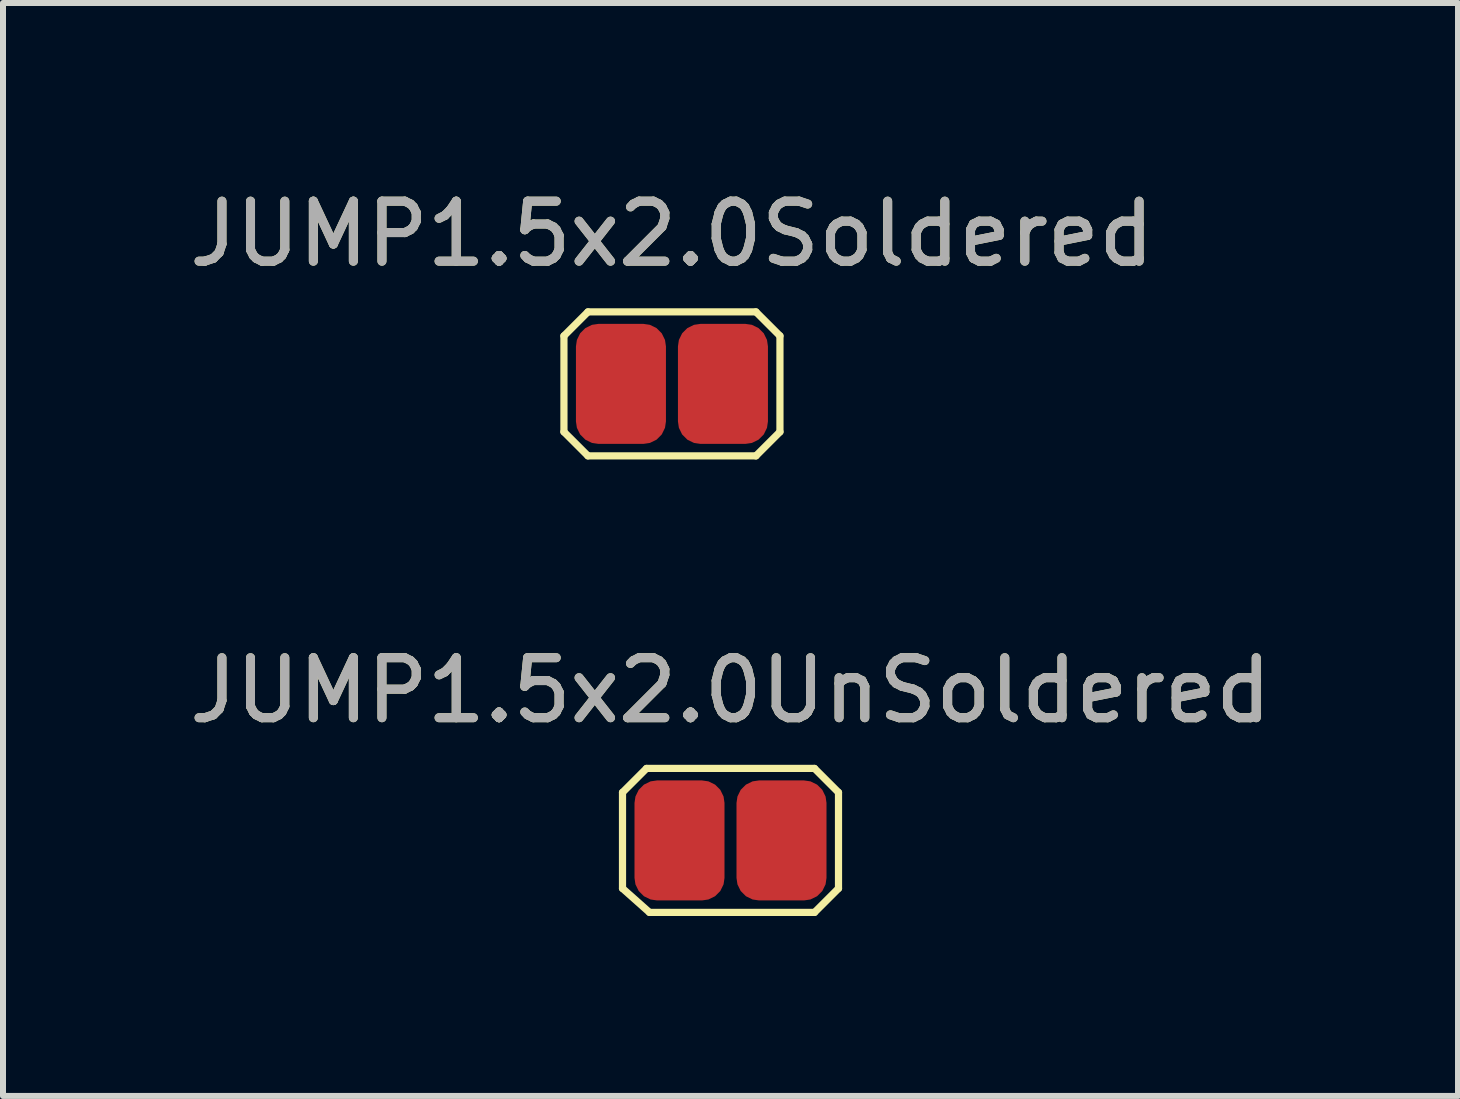
<source format=kicad_pcb>
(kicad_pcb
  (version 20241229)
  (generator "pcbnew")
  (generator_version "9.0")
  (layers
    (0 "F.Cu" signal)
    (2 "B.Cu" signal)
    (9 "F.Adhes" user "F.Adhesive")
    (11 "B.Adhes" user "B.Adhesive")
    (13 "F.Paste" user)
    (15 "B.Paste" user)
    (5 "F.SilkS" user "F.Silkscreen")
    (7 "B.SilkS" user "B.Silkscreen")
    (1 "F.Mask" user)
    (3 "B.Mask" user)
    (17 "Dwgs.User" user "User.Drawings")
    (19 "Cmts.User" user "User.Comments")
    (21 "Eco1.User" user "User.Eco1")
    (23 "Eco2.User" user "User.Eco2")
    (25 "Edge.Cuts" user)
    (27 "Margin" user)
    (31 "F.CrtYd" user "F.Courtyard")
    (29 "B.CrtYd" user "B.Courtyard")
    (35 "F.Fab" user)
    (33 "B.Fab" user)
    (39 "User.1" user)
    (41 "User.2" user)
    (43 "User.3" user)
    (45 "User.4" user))
  (footprint "JUMP1.5x2.0UnSoldered"
    (layer "F.Cu")
    (at 9.125 10.957)
    (property "Reference" "JUMP1.5x2.0UnSoldered" (at 0 -2.5 0) (unlocked yes) (layer "F.SilkS") (effects (font (size 1 1) (thickness 0.15))))
    (attr smd)
    (fp_line (start -1.8 -0.8) (end -1.4 -1.2) (stroke (width 0.12) (type solid)) (layer "F.SilkS"))
    (fp_line (start -1.8 0.8) (end -1.8 -0.8) (stroke (width 0.12) (type solid)) (layer "F.SilkS"))
    (fp_line (start -1.4 -1.2) (end 1.4 -1.2) (stroke (width 0.12) (type solid)) (layer "F.SilkS"))
    (fp_line (start -1.35 1.2) (end -1.8 0.8) (stroke (width 0.12) (type solid)) (layer "F.SilkS"))
    (fp_line (start 1.4 -1.2) (end 1.8 -0.8) (stroke (width 0.12) (type solid)) (layer "F.SilkS"))
    (fp_line (start 1.4 1.2) (end -1.35 1.2) (stroke (width 0.12) (type solid)) (layer "F.SilkS"))
    (fp_line (start 1.8 -0.8) (end 1.8 0.8) (stroke (width 0.12) (type solid)) (layer "F.SilkS"))
    (fp_line (start 1.8 0.8) (end 1.4 1.2) (stroke (width 0.12) (type solid)) (layer "F.SilkS"))
    (fp_text user "${REFERENCE}" (at 0 -2.5 0) (unlocked yes) (layer "F.Fab") (effects (font (size 1 1) (thickness 0.15))))
    (pad "1" smd roundrect (at -0.85 0) (size 1.5 2) (layers "F.Cu" "F.Mask") (roundrect_rratio 0.25))
    (pad "2" smd roundrect (at 0.85 0) (size 1.5 2) (layers "F.Cu" "F.Mask") (roundrect_rratio 0.25)))
  (footprint "JUMP1.5x2.0Soldered"
    (layer "F.Cu")
    (at 8.149 3.348)
    (property "Reference" "JUMP1.5x2.0Soldered" (at 0 -2.5 0) (unlocked yes) (layer "F.SilkS") (effects (font (size 1 1) (thickness 0.15))))
    (attr smd)
    (fp_line (start -1.8 -0.8) (end -1.4 -1.2) (stroke (width 0.12) (type solid)) (layer "F.SilkS"))
    (fp_line (start -1.8 0.8) (end -1.8 -0.8) (stroke (width 0.12) (type solid)) (layer "F.SilkS"))
    (fp_line (start -1.4 -1.2) (end 1.4 -1.2) (stroke (width 0.12) (type solid)) (layer "F.SilkS"))
    (fp_line (start -1.4 1.2) (end -1.8 0.8) (stroke (width 0.12) (type solid)) (layer "F.SilkS"))
    (fp_line (start 1.4 -1.2) (end 1.8 -0.8) (stroke (width 0.12) (type solid)) (layer "F.SilkS"))
    (fp_line (start 1.4 1.2) (end -1.4 1.2) (stroke (width 0.12) (type solid)) (layer "F.SilkS"))
    (fp_line (start 1.8 -0.8) (end 1.8 0.8) (stroke (width 0.12) (type solid)) (layer "F.SilkS"))
    (fp_line (start 1.8 0.8) (end 1.4 1.2) (stroke (width 0.12) (type solid)) (layer "F.SilkS"))
    (fp_text user "${REFERENCE}" (at 0 -2.5 0) (unlocked yes) (layer "F.Fab") (effects (font (size 1 1) (thickness 0.15))))
    (pad "1" smd roundrect (at -0.85 0) (size 1.5 2) (layers "F.Cu" "F.Mask" "F.Paste") (roundrect_rratio 0.25))
    (pad "2" smd roundrect (at 0.85 0) (size 1.5 2) (layers "F.Cu" "F.Mask" "F.Paste") (roundrect_rratio 0.25)))
  (gr_rect
    (start -3 -3)
    (end 21.25 15.216)
    (stroke (width 0.1) (type default))
    (fill no)
    (layer "Edge.Cuts")))
</source>
